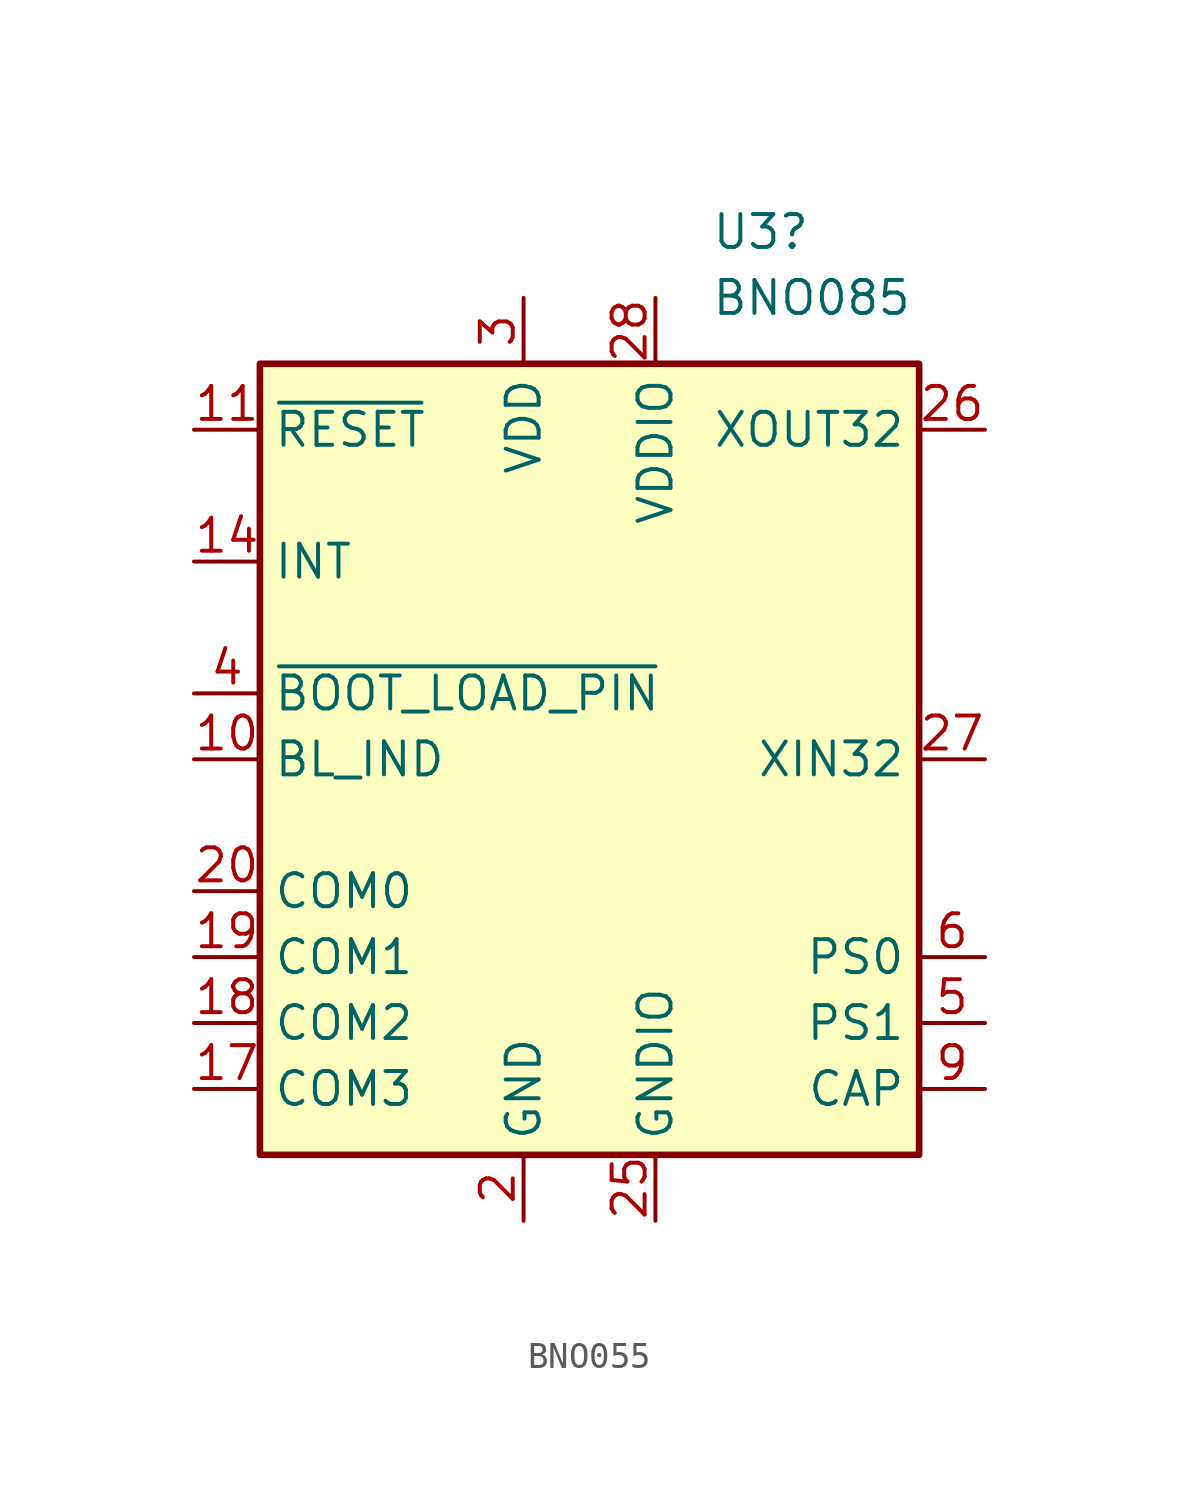
<source format=kicad_sym>
(kicad_symbol_lib
  (version 20241209)
  (generator "kicad_symbol_editor")
  (generator_version "9.0")
  (symbol "BNO055"
    (property "Reference" "U3"
      (at 4.683 20.32 0)
      (effects (font (size 1.27 1.27)) (justify left)))
    (property "Value" "BNO085"
      (at 4.683 17.78 0)
      (effects (font (size 1.27 1.27)) (justify left)))
    (symbol "BNO055_0_1"
      (rectangle (start -12.7 15.24) (end 12.7 -15.24) (stroke (width 0.254) (type default)) (fill (type background))))
    (symbol "BNO055_1_1"
      (pin input line (at -15.24 12.7 0) (length 2.54) (name "~{RESET}" (effects (font (size 1.27 1.27)))) (number "11" (effects (font (size 1.27 1.27)))))
      (pin output line (at -15.24 7.62 0) (length 2.54) (name "INT" (effects (font (size 1.27 1.27)))) (number "14" (effects (font (size 1.27 1.27)))))
      (pin input line (at -15.24 2.54 0) (length 2.54) (name "~{BOOT_LOAD_PIN}" (effects (font (size 1.27 1.27)))) (number "4" (effects (font (size 1.27 1.27)))))
      (pin output line (at -15.24 0 0) (length 2.54) (name "BL_IND" (effects (font (size 1.27 1.27)))) (number "10" (effects (font (size 1.27 1.27)))))
      (pin bidirectional line (at -15.24 -5.08 0) (length 2.54) (name "COM0" (effects (font (size 1.27 1.27)))) (number "20" (effects (font (size 1.27 1.27)))))
      (pin bidirectional line (at -15.24 -7.62 0) (length 2.54) (name "COM1" (effects (font (size 1.27 1.27)))) (number "19" (effects (font (size 1.27 1.27)))))
      (pin passive line (at -15.24 -10.16 0) (length 2.54) (name "COM2" (effects (font (size 1.27 1.27)))) (number "18" (effects (font (size 1.27 1.27)))))
      (pin input line (at -15.24 -12.7 0) (length 2.54) (name "COM3" (effects (font (size 1.27 1.27)))) (number "17" (effects (font (size 1.27 1.27)))))
      (pin no_connect line (at -12.7 10.16 0) (length 2.54) (hide yes) (name "PIN1" (effects (font (size 1.27 1.27)))) (number "1" (effects (font (size 1.27 1.27)))))
      (pin no_connect line (at -12.7 5.08 0) (length 2.54) (hide yes) (name "PIN7" (effects (font (size 1.27 1.27)))) (number "7" (effects (font (size 1.27 1.27)))))
      (pin no_connect line (at -12.7 -2.54 0) (length 2.54) (hide yes) (name "PIN8" (effects (font (size 1.27 1.27)))) (number "8" (effects (font (size 1.27 1.27)))))
      (pin power_in line (at -2.54 17.78 270) (length 2.54) (name "VDD" (effects (font (size 1.27 1.27)))) (number "3" (effects (font (size 1.27 1.27)))))
      (pin power_in line (at -2.54 -17.78 90) (length 2.54) (name "GND" (effects (font (size 1.27 1.27)))) (number "2" (effects (font (size 1.27 1.27)))))
      (pin power_in line (at 2.54 17.78 270) (length 2.54) (name "VDDIO" (effects (font (size 1.27 1.27)))) (number "28" (effects (font (size 1.27 1.27)))))
      (pin power_in line (at 2.54 -17.78 90) (length 2.54) (name "GNDIO" (effects (font (size 1.27 1.27)))) (number "25" (effects (font (size 1.27 1.27)))))
      (pin no_connect line (at 5.08 -15.24 90) (length 2.54) (hide yes) (name "PIN15" (effects (font (size 1.27 1.27)))) (number "15" (effects (font (size 1.27 1.27)))))
      (pin no_connect line (at 7.62 -15.24 90) (length 2.54) (hide yes) (name "PIN16" (effects (font (size 1.27 1.27)))) (number "16" (effects (font (size 1.27 1.27)))))
      (pin no_connect line (at 12.7 10.16 180) (length 2.54) (hide yes) (name "PIN12" (effects (font (size 1.27 1.27)))) (number "12" (effects (font (size 1.27 1.27)))))
      (pin no_connect line (at 12.7 7.62 180) (length 2.54) (hide yes) (name "PIN13" (effects (font (size 1.27 1.27)))) (number "13" (effects (font (size 1.27 1.27)))))
      (pin no_connect line (at 12.7 5.08 180) (length 2.54) (hide yes) (name "PIN21" (effects (font (size 1.27 1.27)))) (number "21" (effects (font (size 1.27 1.27)))))
      (pin no_connect line (at 12.7 2.54 180) (length 2.54) (hide yes) (name "PIN22" (effects (font (size 1.27 1.27)))) (number "22" (effects (font (size 1.27 1.27)))))
      (pin no_connect line (at 12.7 -2.54 180) (length 2.54) (hide yes) (name "PIN23" (effects (font (size 1.27 1.27)))) (number "23" (effects (font (size 1.27 1.27)))))
      (pin no_connect line (at 12.7 -5.08 180) (length 2.54) (hide yes) (name "PIN24" (effects (font (size 1.27 1.27)))) (number "24" (effects (font (size 1.27 1.27)))))
      (pin output line (at 15.24 12.7 180) (length 2.54) (name "XOUT32" (effects (font (size 1.27 1.27)))) (number "26" (effects (font (size 1.27 1.27)))))
      (pin input line (at 15.24 0 180) (length 2.54) (name "XIN32" (effects (font (size 1.27 1.27)))) (number "27" (effects (font (size 1.27 1.27)))))
      (pin input line (at 15.24 -7.62 180) (length 2.54) (name "PS0" (effects (font (size 1.27 1.27)))) (number "6" (effects (font (size 1.27 1.27)))))
      (pin input line (at 15.24 -10.16 180) (length 2.54) (name "PS1" (effects (font (size 1.27 1.27)))) (number "5" (effects (font (size 1.27 1.27)))))
      (pin passive line (at 15.24 -12.7 180) (length 2.54) (name "CAP" (effects (font (size 1.27 1.27)))) (number "9" (effects (font (size 1.27 1.27))))))))
</source>
